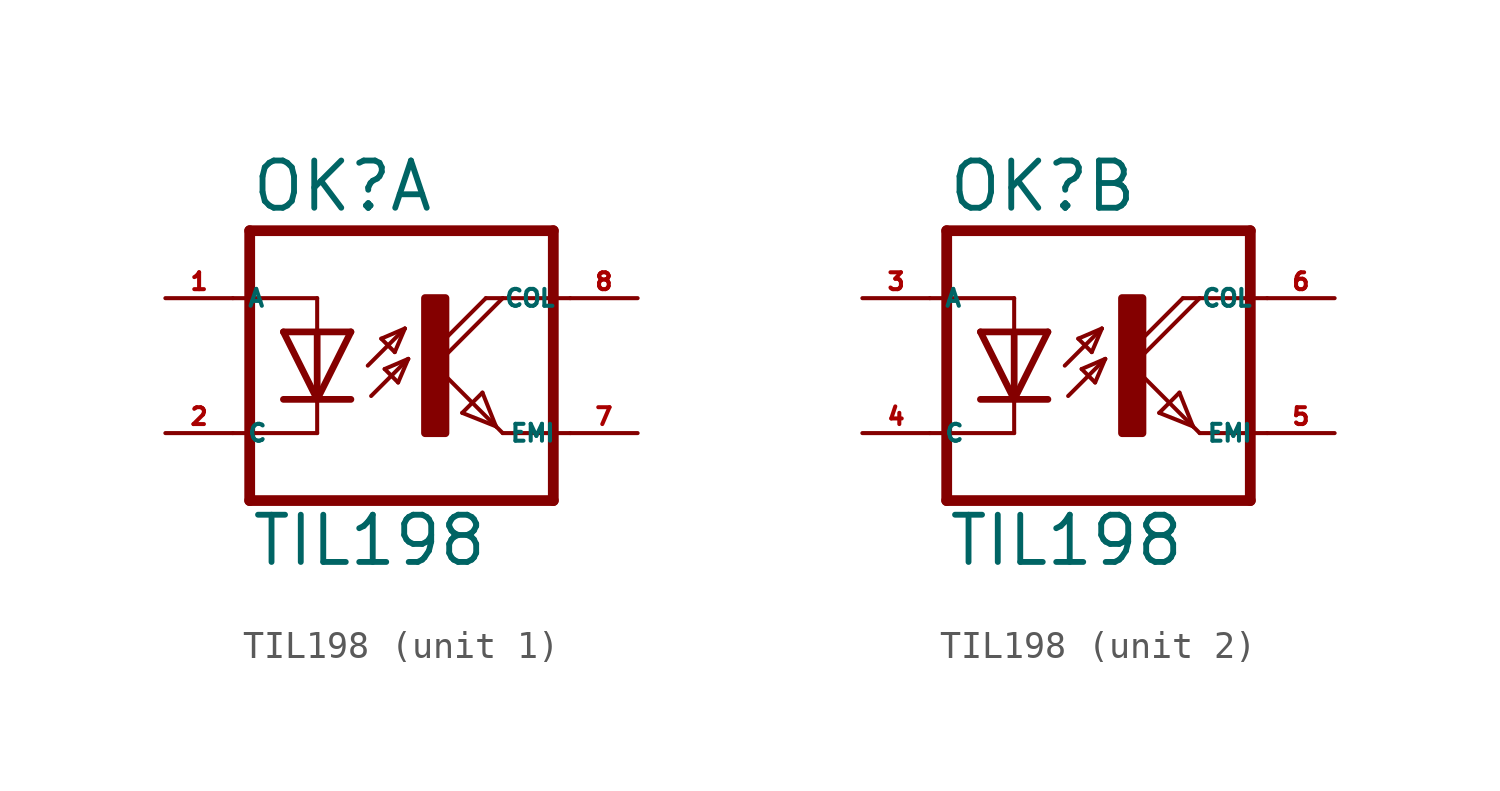
<source format=kicad_sym>
(kicad_symbol_lib
  (version 20220914)
  (generator kicad_symbol_editor)
  (symbol "TIL198"
    (property "Reference" "OK"
      (at -6.985 5.715 0)
      (effects (font (size 1.778 1.778) (thickness 0.22)) (justify left bottom)))
    (property "Value" "TIL198"
      (at -6.985 -7.62 0)
      (effects (font (size 1.778 1.778) (thickness 0.22)) (justify left bottom)))
    (symbol "TIL198_1_0"
      (rectangle (start -0.381 -2.54) (end 0.381 2.54) (stroke (width 0.3) (type default)) (fill (type outline)))
      (polyline (pts (xy -6.985 -5.08) (xy 4.445 -5.08)) (stroke (width 0.406) (type default)) (fill (type none)))
      (polyline (pts (xy -6.985 5.08) (xy -6.985 -5.08)) (stroke (width 0.406) (type default)) (fill (type none)))
      (polyline (pts (xy -6.985 5.08) (xy 4.445 5.08)) (stroke (width 0.406) (type default)) (fill (type none)))
      (polyline (pts (xy -4.445 -2.54) (xy -7.62 -2.54)) (stroke (width 0.152) (type default)) (fill (type none)))
      (polyline (pts (xy -4.445 -1.27) (xy -5.715 -1.27)) (stroke (width 0.254) (type default)) (fill (type none)))
      (polyline (pts (xy -4.445 -1.27) (xy -5.715 1.27)) (stroke (width 0.254) (type default)) (fill (type none)))
      (polyline (pts (xy -4.445 -1.27) (xy -4.445 -2.54)) (stroke (width 0.152) (type default)) (fill (type none)))
      (polyline (pts (xy -4.445 1.27) (xy -5.715 1.27)) (stroke (width 0.254) (type default)) (fill (type none)))
      (polyline (pts (xy -4.445 1.27) (xy -4.445 -1.27)) (stroke (width 0.254) (type default)) (fill (type none)))
      (polyline (pts (xy -4.445 1.27) (xy -4.445 2.54)) (stroke (width 0.152) (type default)) (fill (type none)))
      (polyline (pts (xy -4.445 2.54) (xy -7.62 2.54)) (stroke (width 0.152) (type default)) (fill (type none)))
      (polyline (pts (xy -3.175 -1.27) (xy -4.445 -1.27)) (stroke (width 0.254) (type default)) (fill (type none)))
      (polyline (pts (xy -3.175 1.27) (xy -4.445 -1.27)) (stroke (width 0.254) (type default)) (fill (type none)))
      (polyline (pts (xy -3.175 1.27) (xy -4.445 1.27)) (stroke (width 0.254) (type default)) (fill (type none)))
      (polyline (pts (xy -2.54 0) (xy -1.143 1.397)) (stroke (width 0.152) (type default)) (fill (type none)))
      (polyline (pts (xy -2.413 -1.143) (xy -1.016 0.254)) (stroke (width 0.152) (type default)) (fill (type none)))
      (polyline (pts (xy -2.032 1.016) (xy -1.524 0.508)) (stroke (width 0.152) (type default)) (fill (type none)))
      (polyline (pts (xy -1.905 -0.127) (xy -1.397 -0.635)) (stroke (width 0.152) (type default)) (fill (type none)))
      (polyline (pts (xy -1.524 0.508) (xy -1.143 1.397)) (stroke (width 0.152) (type default)) (fill (type none)))
      (polyline (pts (xy -1.397 -0.635) (xy -1.016 0.254)) (stroke (width 0.152) (type default)) (fill (type none)))
      (polyline (pts (xy -1.143 1.397) (xy -2.032 1.016)) (stroke (width 0.152) (type default)) (fill (type none)))
      (polyline (pts (xy -1.016 0.254) (xy -1.905 -0.127)) (stroke (width 0.152) (type default)) (fill (type none)))
      (polyline (pts (xy 0 0) (xy 2.286 -2.286)) (stroke (width 0.152) (type default)) (fill (type none)))
      (polyline (pts (xy 1.016 -1.778) (xy 1.778 -1.016)) (stroke (width 0.152) (type default)) (fill (type none)))
      (polyline (pts (xy 1.778 -1.016) (xy 2.286 -2.286)) (stroke (width 0.152) (type default)) (fill (type none)))
      (polyline (pts (xy 1.905 2.54) (xy 0 0.635)) (stroke (width 0.152) (type default)) (fill (type none)))
      (polyline (pts (xy 1.905 2.54) (xy 2.54 2.54)) (stroke (width 0.152) (type default)) (fill (type none)))
      (polyline (pts (xy 2.286 -2.286) (xy 1.016 -1.778)) (stroke (width 0.152) (type default)) (fill (type none)))
      (polyline (pts (xy 2.286 -2.286) (xy 2.54 -2.54)) (stroke (width 0.152) (type default)) (fill (type none)))
      (polyline (pts (xy 2.54 -2.54) (xy 5.08 -2.54)) (stroke (width 0.152) (type default)) (fill (type none)))
      (polyline (pts (xy 2.54 2.54) (xy 0 0)) (stroke (width 0.152) (type default)) (fill (type none)))
      (polyline (pts (xy 2.54 2.54) (xy 5.08 2.54)) (stroke (width 0.152) (type default)) (fill (type none)))
      (polyline (pts (xy 4.445 5.08) (xy 4.445 -5.08)) (stroke (width 0.406) (type default)) (fill (type none)))
      (pin passive line (at -10.16 2.54 0) (length 2.54) (name "A" (effects (font (size 0.635 0.635)))) (number "1" (effects (font (size 0.635 0.635)))))
      (pin passive line (at -10.16 -2.54 0) (length 2.54) (name "C" (effects (font (size 0.635 0.635)))) (number "2" (effects (font (size 0.635 0.635)))))
      (pin passive line (at 7.62 -2.54 180) (length 2.54) (name "EMI" (effects (font (size 0.635 0.635)))) (number "7" (effects (font (size 0.635 0.635)))))
      (pin passive line (at 7.62 2.54 180) (length 2.54) (name "COL" (effects (font (size 0.635 0.635)))) (number "8" (effects (font (size 0.635 0.635))))))
    (symbol "TIL198_2_0"
      (rectangle (start -0.381 -2.54) (end 0.381 2.54) (stroke (width 0.3) (type default)) (fill (type outline)))
      (polyline (pts (xy -6.985 -5.08) (xy 4.445 -5.08)) (stroke (width 0.406) (type default)) (fill (type none)))
      (polyline (pts (xy -6.985 5.08) (xy -6.985 -5.08)) (stroke (width 0.406) (type default)) (fill (type none)))
      (polyline (pts (xy -6.985 5.08) (xy 4.445 5.08)) (stroke (width 0.406) (type default)) (fill (type none)))
      (polyline (pts (xy -4.445 -2.54) (xy -7.62 -2.54)) (stroke (width 0.152) (type default)) (fill (type none)))
      (polyline (pts (xy -4.445 -1.27) (xy -5.715 -1.27)) (stroke (width 0.254) (type default)) (fill (type none)))
      (polyline (pts (xy -4.445 -1.27) (xy -5.715 1.27)) (stroke (width 0.254) (type default)) (fill (type none)))
      (polyline (pts (xy -4.445 -1.27) (xy -4.445 -2.54)) (stroke (width 0.152) (type default)) (fill (type none)))
      (polyline (pts (xy -4.445 1.27) (xy -5.715 1.27)) (stroke (width 0.254) (type default)) (fill (type none)))
      (polyline (pts (xy -4.445 1.27) (xy -4.445 -1.27)) (stroke (width 0.254) (type default)) (fill (type none)))
      (polyline (pts (xy -4.445 1.27) (xy -4.445 2.54)) (stroke (width 0.152) (type default)) (fill (type none)))
      (polyline (pts (xy -4.445 2.54) (xy -7.62 2.54)) (stroke (width 0.152) (type default)) (fill (type none)))
      (polyline (pts (xy -3.175 -1.27) (xy -4.445 -1.27)) (stroke (width 0.254) (type default)) (fill (type none)))
      (polyline (pts (xy -3.175 1.27) (xy -4.445 -1.27)) (stroke (width 0.254) (type default)) (fill (type none)))
      (polyline (pts (xy -3.175 1.27) (xy -4.445 1.27)) (stroke (width 0.254) (type default)) (fill (type none)))
      (polyline (pts (xy -2.54 0) (xy -1.143 1.397)) (stroke (width 0.152) (type default)) (fill (type none)))
      (polyline (pts (xy -2.413 -1.143) (xy -1.016 0.254)) (stroke (width 0.152) (type default)) (fill (type none)))
      (polyline (pts (xy -2.032 1.016) (xy -1.524 0.508)) (stroke (width 0.152) (type default)) (fill (type none)))
      (polyline (pts (xy -1.905 -0.127) (xy -1.397 -0.635)) (stroke (width 0.152) (type default)) (fill (type none)))
      (polyline (pts (xy -1.524 0.508) (xy -1.143 1.397)) (stroke (width 0.152) (type default)) (fill (type none)))
      (polyline (pts (xy -1.397 -0.635) (xy -1.016 0.254)) (stroke (width 0.152) (type default)) (fill (type none)))
      (polyline (pts (xy -1.143 1.397) (xy -2.032 1.016)) (stroke (width 0.152) (type default)) (fill (type none)))
      (polyline (pts (xy -1.016 0.254) (xy -1.905 -0.127)) (stroke (width 0.152) (type default)) (fill (type none)))
      (polyline (pts (xy 0 0) (xy 2.286 -2.286)) (stroke (width 0.152) (type default)) (fill (type none)))
      (polyline (pts (xy 1.016 -1.778) (xy 1.778 -1.016)) (stroke (width 0.152) (type default)) (fill (type none)))
      (polyline (pts (xy 1.778 -1.016) (xy 2.286 -2.286)) (stroke (width 0.152) (type default)) (fill (type none)))
      (polyline (pts (xy 1.905 2.54) (xy 0 0.635)) (stroke (width 0.152) (type default)) (fill (type none)))
      (polyline (pts (xy 1.905 2.54) (xy 2.54 2.54)) (stroke (width 0.152) (type default)) (fill (type none)))
      (polyline (pts (xy 2.286 -2.286) (xy 1.016 -1.778)) (stroke (width 0.152) (type default)) (fill (type none)))
      (polyline (pts (xy 2.286 -2.286) (xy 2.54 -2.54)) (stroke (width 0.152) (type default)) (fill (type none)))
      (polyline (pts (xy 2.54 -2.54) (xy 5.08 -2.54)) (stroke (width 0.152) (type default)) (fill (type none)))
      (polyline (pts (xy 2.54 2.54) (xy 0 0)) (stroke (width 0.152) (type default)) (fill (type none)))
      (polyline (pts (xy 2.54 2.54) (xy 5.08 2.54)) (stroke (width 0.152) (type default)) (fill (type none)))
      (polyline (pts (xy 4.445 5.08) (xy 4.445 -5.08)) (stroke (width 0.406) (type default)) (fill (type none)))
      (pin passive line (at -10.16 2.54 0) (length 2.54) (name "A" (effects (font (size 0.635 0.635)))) (number "3" (effects (font (size 0.635 0.635)))))
      (pin passive line (at -10.16 -2.54 0) (length 2.54) (name "C" (effects (font (size 0.635 0.635)))) (number "4" (effects (font (size 0.635 0.635)))))
      (pin passive line (at 7.62 -2.54 180) (length 2.54) (name "EMI" (effects (font (size 0.635 0.635)))) (number "5" (effects (font (size 0.635 0.635)))))
      (pin passive line (at 7.62 2.54 180) (length 2.54) (name "COL" (effects (font (size 0.635 0.635)))) (number "6" (effects (font (size 0.635 0.635))))))))
</source>
